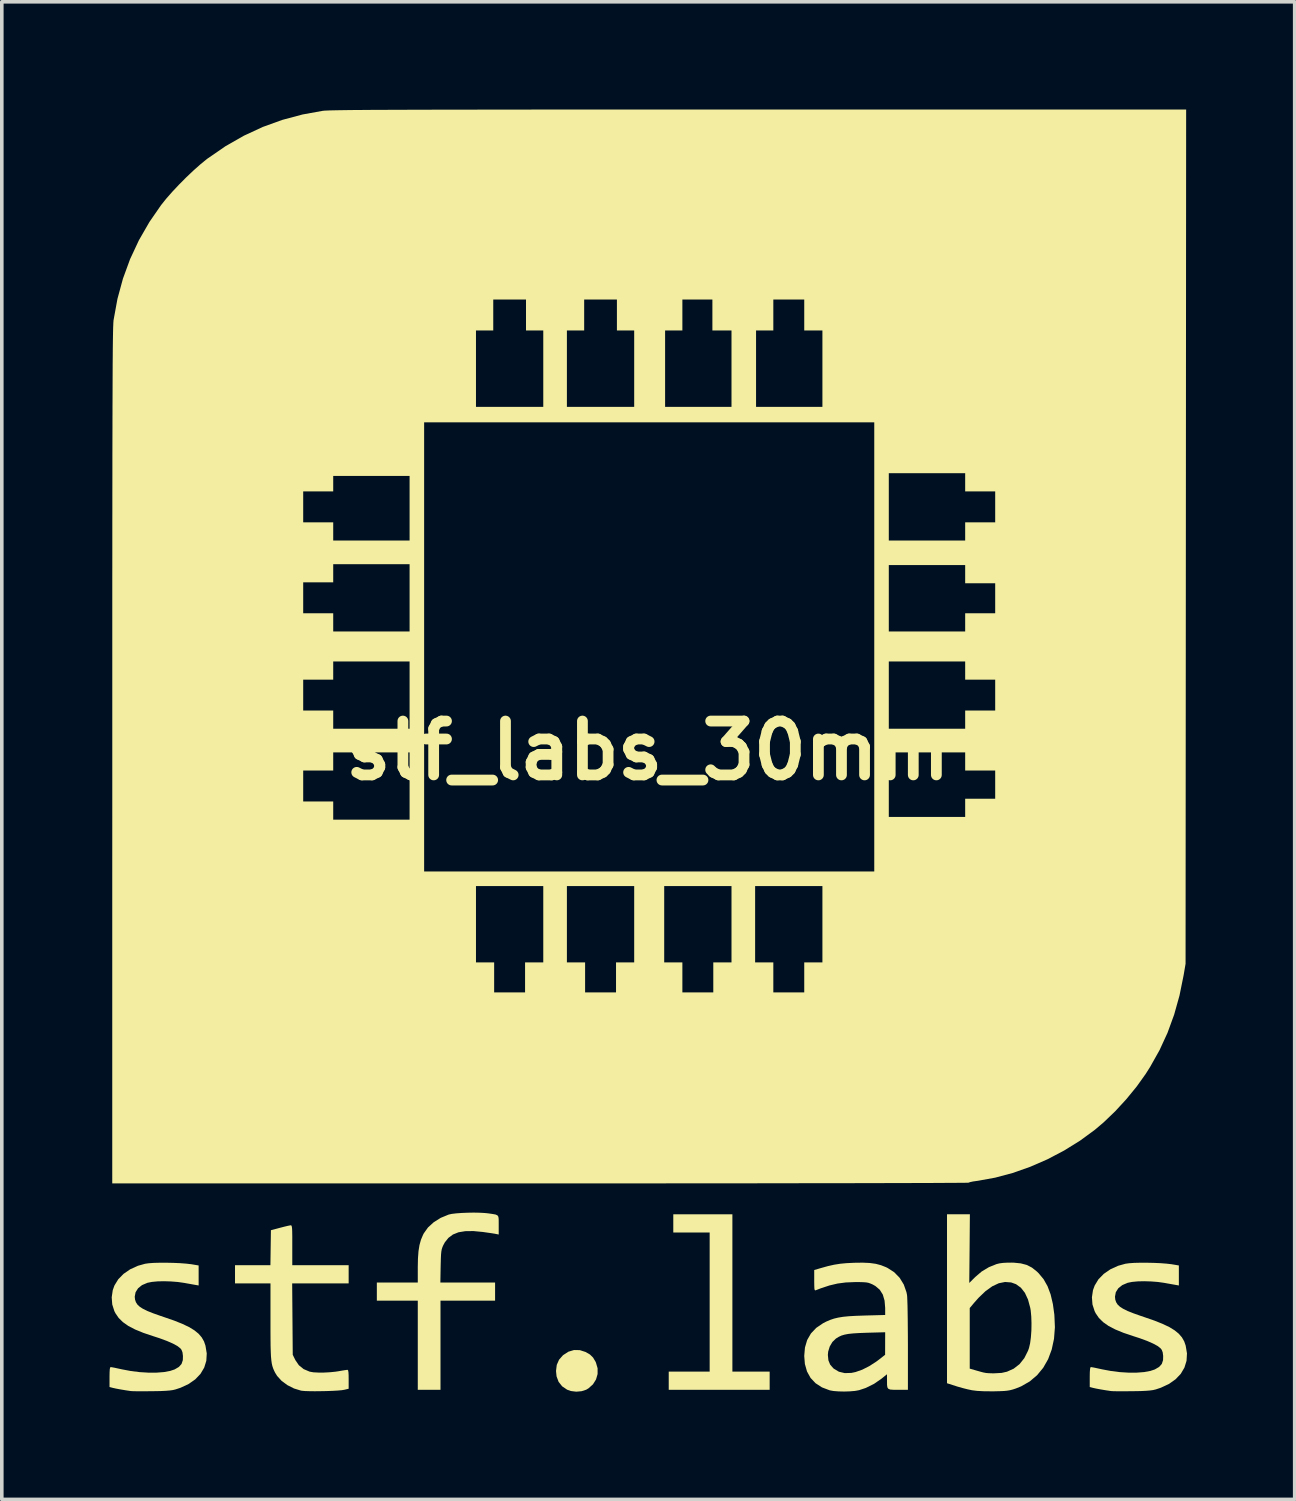
<source format=kicad_pcb>
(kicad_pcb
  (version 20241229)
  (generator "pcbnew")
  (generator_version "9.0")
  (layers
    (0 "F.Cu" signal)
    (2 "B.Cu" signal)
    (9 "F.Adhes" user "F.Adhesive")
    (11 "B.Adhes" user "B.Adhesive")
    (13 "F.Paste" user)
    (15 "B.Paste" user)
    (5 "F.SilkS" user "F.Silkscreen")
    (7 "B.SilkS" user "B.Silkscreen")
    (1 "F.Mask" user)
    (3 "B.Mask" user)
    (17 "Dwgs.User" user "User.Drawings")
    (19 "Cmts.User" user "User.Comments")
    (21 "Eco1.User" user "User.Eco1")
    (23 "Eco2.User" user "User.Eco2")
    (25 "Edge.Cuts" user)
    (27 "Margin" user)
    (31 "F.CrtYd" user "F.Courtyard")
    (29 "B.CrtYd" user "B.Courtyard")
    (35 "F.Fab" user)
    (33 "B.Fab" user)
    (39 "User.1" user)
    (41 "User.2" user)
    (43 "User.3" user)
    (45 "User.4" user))
  (footprint "stf_labs_30mm"
    (layer "F.Cu")
    (at 14.992 17.853)
    (property "Reference" "stf_labs_30mm" (at 0 0 0) (layer "F.SilkS") (effects (font (size 1.5 1.5) (thickness 0.3))))
    (attr board_only exclude_from_pos_files exclude_from_bom)
    (fp_poly (pts (xy 2.355 15.106) (xy 2.355 17.296) (xy 2.874 17.296) (xy 3.393 17.296) (xy 3.393 17.55) (xy 3.393 17.803) (xy 1.988 17.803) (xy 0.582 17.803) (xy 0.582 17.55) (xy 0.582 17.296) (xy 1.152 17.296) (xy 1.722 17.296) (xy 1.722 15.359) (xy 1.722 13.422) (xy 1.216 13.422) (xy 0.709 13.422) (xy 0.709 13.168) (xy 0.709 12.915) (xy 1.532 12.915) (xy 2.355 12.915)) (stroke (width 0) (type solid)) (fill yes) (layer "F.SilkS"))
    (fp_poly (pts (xy -1.894 16.698) (xy -1.735 16.749) (xy -1.613 16.819) (xy -1.525 16.905) (xy -1.455 17.023) (xy -1.446 17.043) (xy -1.399 17.203) (xy -1.399 17.363) (xy -1.443 17.515) (xy -1.528 17.65) (xy -1.651 17.761) (xy -1.718 17.801) (xy -1.846 17.842) (xy -1.994 17.855) (xy -2.142 17.837) (xy -2.247 17.8) (xy -2.386 17.706) (xy -2.485 17.581) (xy -2.542 17.428) (xy -2.557 17.278) (xy -2.536 17.108) (xy -2.472 16.964) (xy -2.363 16.84) (xy -2.359 16.837) (xy -2.213 16.742) (xy -2.056 16.695)) (stroke (width 0) (type solid)) (fill yes) (layer "F.SilkS"))
    (fp_poly (pts (xy -4.686 12.871) (xy -4.541 12.879) (xy -4.452 12.888) (xy -4.326 12.906) (xy -4.241 12.921) (xy -4.189 12.944) (xy -4.163 12.982) (xy -4.154 13.045) (xy -4.153 13.141) (xy -4.153 13.211) (xy -4.153 13.478) (xy -4.223 13.464) (xy -4.275 13.454) (xy -4.364 13.44) (xy -4.478 13.424) (xy -4.596 13.407) (xy -4.86 13.382) (xy -5.085 13.385) (xy -5.273 13.416) (xy -5.428 13.478) (xy -5.554 13.572) (xy -5.654 13.697) (xy -5.703 13.789) (xy -5.724 13.84) (xy -5.74 13.891) (xy -5.751 13.953) (xy -5.759 14.034) (xy -5.764 14.143) (xy -5.768 14.29) (xy -5.77 14.365) (xy -5.778 14.815) (xy -5.016 14.815) (xy -4.254 14.815) (xy -4.254 15.068) (xy -4.254 15.321) (xy -5.014 15.321) (xy -5.774 15.321) (xy -5.774 16.562) (xy -5.774 17.803) (xy -6.09 17.803) (xy -6.407 17.803) (xy -6.407 16.562) (xy -6.407 15.321) (xy -6.977 15.321) (xy -7.547 15.321) (xy -7.547 15.068) (xy -7.547 14.815) (xy -6.977 14.815) (xy -6.407 14.815) (xy -6.407 14.388) (xy -6.402 14.145) (xy -6.387 13.943) (xy -6.36 13.773) (xy -6.319 13.625) (xy -6.262 13.49) (xy -6.239 13.445) (xy -6.122 13.281) (xy -5.964 13.137) (xy -5.77 13.015) (xy -5.548 12.923) (xy -5.463 12.904) (xy -5.339 12.889) (xy -5.188 12.878) (xy -5.021 12.871) (xy -4.85 12.868)) (stroke (width 0) (type solid)) (fill yes) (layer "F.SilkS"))
    (fp_poly (pts (xy -9.932 13.224) (xy -9.921 13.237) (xy -9.913 13.268) (xy -9.907 13.322) (xy -9.904 13.405) (xy -9.902 13.523) (xy -9.902 13.683) (xy -9.902 13.776) (xy -9.902 14.333) (xy -9.117 14.333) (xy -8.332 14.333) (xy -8.332 14.587) (xy -8.332 14.84) (xy -9.118 14.84) (xy -9.905 14.84) (xy -9.897 15.834) (xy -9.889 16.828) (xy -9.816 16.976) (xy -9.719 17.118) (xy -9.586 17.226) (xy -9.419 17.297) (xy -9.409 17.299) (xy -9.311 17.316) (xy -9.176 17.323) (xy -9.02 17.323) (xy -8.855 17.314) (xy -8.696 17.298) (xy -8.61 17.285) (xy -8.509 17.267) (xy -8.425 17.254) (xy -8.372 17.247) (xy -8.363 17.246) (xy -8.348 17.261) (xy -8.338 17.31) (xy -8.333 17.398) (xy -8.332 17.51) (xy -8.332 17.773) (xy -8.452 17.802) (xy -8.526 17.814) (xy -8.64 17.824) (xy -8.783 17.832) (xy -8.944 17.838) (xy -9.112 17.841) (xy -9.276 17.843) (xy -9.426 17.841) (xy -9.55 17.837) (xy -9.638 17.829) (xy -9.658 17.826) (xy -9.854 17.766) (xy -10.038 17.673) (xy -10.198 17.555) (xy -10.324 17.417) (xy -10.381 17.325) (xy -10.411 17.263) (xy -10.436 17.204) (xy -10.457 17.14) (xy -10.473 17.069) (xy -10.485 16.983) (xy -10.495 16.878) (xy -10.501 16.748) (xy -10.506 16.589) (xy -10.508 16.395) (xy -10.509 16.161) (xy -10.509 15.886) (xy -10.509 14.84) (xy -11.003 14.84) (xy -11.497 14.84) (xy -11.497 14.587) (xy -11.497 14.333) (xy -11.004 14.333) (xy -10.511 14.333) (xy -10.504 13.846) (xy -10.497 13.358) (xy -10.244 13.291) (xy -10.133 13.262) (xy -10.037 13.239) (xy -9.97 13.225) (xy -9.946 13.221)) (stroke (width 0) (type solid)) (fill yes) (layer "F.SilkS"))
    (fp_poly (pts (xy 8.961 13.871) (xy 8.952 14.827) (xy 9.118 14.661) (xy 9.298 14.508) (xy 9.501 14.386) (xy 9.711 14.302) (xy 9.792 14.282) (xy 9.885 14.269) (xy 10.009 14.262) (xy 10.143 14.261) (xy 10.191 14.262) (xy 10.388 14.282) (xy 10.551 14.325) (xy 10.696 14.399) (xy 10.836 14.51) (xy 10.886 14.559) (xy 11.022 14.723) (xy 11.132 14.918) (xy 11.218 15.147) (xy 11.281 15.416) (xy 11.322 15.715) (xy 11.337 16.061) (xy 11.312 16.383) (xy 11.248 16.681) (xy 11.148 16.95) (xy 11.011 17.19) (xy 10.84 17.397) (xy 10.635 17.57) (xy 10.398 17.706) (xy 10.244 17.768) (xy 10.161 17.795) (xy 10.087 17.814) (xy 10.01 17.827) (xy 9.918 17.836) (xy 9.8 17.841) (xy 9.643 17.845) (xy 9.636 17.845) (xy 9.378 17.844) (xy 9.169 17.833) (xy 9.028 17.815) (xy 8.909 17.79) (xy 8.767 17.754) (xy 8.626 17.714) (xy 8.579 17.699) (xy 8.332 17.62) (xy 8.332 17.213) (xy 8.965 17.213) (xy 9.148 17.266) (xy 9.265 17.299) (xy 9.349 17.321) (xy 9.418 17.334) (xy 9.487 17.34) (xy 9.572 17.343) (xy 9.64 17.344) (xy 9.854 17.332) (xy 10.001 17.299) (xy 10.19 17.214) (xy 10.352 17.088) (xy 10.485 16.921) (xy 10.588 16.716) (xy 10.615 16.64) (xy 10.646 16.509) (xy 10.668 16.342) (xy 10.682 16.153) (xy 10.685 15.956) (xy 10.679 15.765) (xy 10.663 15.593) (xy 10.65 15.519) (xy 10.588 15.289) (xy 10.501 15.102) (xy 10.39 14.96) (xy 10.255 14.862) (xy 10.12 14.813) (xy 9.949 14.8) (xy 9.774 14.835) (xy 9.593 14.92) (xy 9.406 15.054) (xy 9.213 15.238) (xy 9.088 15.379) (xy 8.965 15.526) (xy 8.965 16.37) (xy 8.965 17.213) (xy 8.332 17.213) (xy 8.332 15.268) (xy 8.332 12.915) (xy 8.65 12.915) (xy 8.969 12.915)) (stroke (width 0) (type solid)) (fill yes) (layer "F.SilkS"))
    (fp_poly (pts (xy -13.211 14.268) (xy -13.026 14.276) (xy -12.858 14.289) (xy -12.717 14.305) (xy -12.694 14.309) (xy -12.51 14.34) (xy -12.51 14.618) (xy -12.51 14.897) (xy -12.592 14.883) (xy -12.654 14.872) (xy -12.749 14.855) (xy -12.861 14.835) (xy -12.915 14.825) (xy -13.092 14.8) (xy -13.282 14.785) (xy -13.475 14.779) (xy -13.655 14.783) (xy -13.812 14.798) (xy -13.933 14.822) (xy -13.936 14.823) (xy -14.087 14.887) (xy -14.197 14.976) (xy -14.266 15.085) (xy -14.29 15.21) (xy -14.281 15.291) (xy -14.257 15.363) (xy -14.216 15.428) (xy -14.152 15.488) (xy -14.061 15.547) (xy -13.937 15.608) (xy -13.776 15.672) (xy -13.573 15.744) (xy -13.47 15.779) (xy -13.195 15.874) (xy -12.967 15.965) (xy -12.78 16.054) (xy -12.63 16.145) (xy -12.513 16.24) (xy -12.425 16.342) (xy -12.361 16.454) (xy -12.32 16.572) (xy -12.284 16.789) (xy -12.296 16.995) (xy -12.355 17.185) (xy -12.458 17.358) (xy -12.603 17.511) (xy -12.789 17.641) (xy -13.014 17.746) (xy -13.157 17.793) (xy -13.228 17.81) (xy -13.316 17.822) (xy -13.429 17.831) (xy -13.574 17.838) (xy -13.76 17.841) (xy -13.814 17.842) (xy -13.974 17.843) (xy -14.122 17.844) (xy -14.247 17.843) (xy -14.34 17.841) (xy -14.394 17.838) (xy -14.397 17.838) (xy -14.545 17.816) (xy -14.689 17.792) (xy -14.811 17.769) (xy -14.897 17.75) (xy -14.992 17.725) (xy -14.992 17.447) (xy -14.99 17.317) (xy -14.985 17.231) (xy -14.975 17.184) (xy -14.96 17.17) (xy -14.924 17.175) (xy -14.849 17.189) (xy -14.748 17.211) (xy -14.646 17.233) (xy -14.403 17.279) (xy -14.155 17.31) (xy -13.913 17.325) (xy -13.684 17.325) (xy -13.478 17.309) (xy -13.304 17.277) (xy -13.18 17.236) (xy -13.06 17.166) (xy -12.986 17.082) (xy -12.95 16.976) (xy -12.947 16.86) (xy -12.96 16.759) (xy -12.987 16.689) (xy -13.018 16.649) (xy -13.099 16.585) (xy -13.225 16.516) (xy -13.394 16.442) (xy -13.6 16.366) (xy -13.776 16.309) (xy -14.052 16.216) (xy -14.281 16.122) (xy -14.469 16.024) (xy -14.619 15.918) (xy -14.737 15.802) (xy -14.826 15.672) (xy -14.857 15.612) (xy -14.916 15.426) (xy -14.931 15.227) (xy -14.902 15.029) (xy -14.855 14.898) (xy -14.749 14.725) (xy -14.601 14.574) (xy -14.417 14.447) (xy -14.202 14.349) (xy -13.998 14.292) (xy -13.896 14.278) (xy -13.756 14.268) (xy -13.587 14.264) (xy -13.402 14.264)) (stroke (width 0) (type solid)) (fill yes) (layer "F.SilkS"))
    (fp_poly (pts (xy 14.088 14.268) (xy 14.273 14.276) (xy 14.442 14.289) (xy 14.582 14.305) (xy 14.606 14.309) (xy 14.789 14.34) (xy 14.789 14.618) (xy 14.789 14.897) (xy 14.707 14.883) (xy 14.646 14.872) (xy 14.551 14.855) (xy 14.438 14.835) (xy 14.384 14.825) (xy 14.208 14.8) (xy 14.017 14.785) (xy 13.825 14.779) (xy 13.644 14.783) (xy 13.487 14.798) (xy 13.367 14.822) (xy 13.363 14.823) (xy 13.213 14.887) (xy 13.102 14.976) (xy 13.033 15.085) (xy 13.01 15.21) (xy 13.018 15.291) (xy 13.042 15.363) (xy 13.083 15.428) (xy 13.147 15.488) (xy 13.238 15.547) (xy 13.362 15.608) (xy 13.523 15.672) (xy 13.726 15.744) (xy 13.829 15.779) (xy 14.104 15.874) (xy 14.332 15.965) (xy 14.52 16.054) (xy 14.669 16.145) (xy 14.786 16.24) (xy 14.874 16.342) (xy 14.938 16.454) (xy 14.979 16.572) (xy 15.015 16.789) (xy 15.003 16.995) (xy 14.944 17.185) (xy 14.842 17.358) (xy 14.696 17.511) (xy 14.51 17.641) (xy 14.285 17.746) (xy 14.143 17.793) (xy 14.071 17.81) (xy 13.983 17.822) (xy 13.87 17.831) (xy 13.725 17.838) (xy 13.54 17.841) (xy 13.485 17.842) (xy 13.325 17.843) (xy 13.178 17.844) (xy 13.053 17.843) (xy 12.959 17.841) (xy 12.906 17.838) (xy 12.903 17.838) (xy 12.754 17.816) (xy 12.611 17.792) (xy 12.488 17.769) (xy 12.402 17.75) (xy 12.307 17.725) (xy 12.307 17.447) (xy 12.309 17.317) (xy 12.315 17.231) (xy 12.324 17.184) (xy 12.339 17.17) (xy 12.376 17.175) (xy 12.45 17.189) (xy 12.551 17.211) (xy 12.653 17.233) (xy 12.897 17.279) (xy 13.144 17.31) (xy 13.386 17.325) (xy 13.615 17.325) (xy 13.821 17.309) (xy 13.996 17.277) (xy 14.119 17.236) (xy 14.239 17.166) (xy 14.314 17.082) (xy 14.349 16.976) (xy 14.352 16.86) (xy 14.339 16.759) (xy 14.312 16.689) (xy 14.281 16.649) (xy 14.201 16.585) (xy 14.074 16.516) (xy 13.906 16.442) (xy 13.699 16.366) (xy 13.523 16.309) (xy 13.247 16.216) (xy 13.018 16.122) (xy 12.83 16.024) (xy 12.68 15.918) (xy 12.562 15.802) (xy 12.473 15.672) (xy 12.443 15.612) (xy 12.383 15.426) (xy 12.368 15.227) (xy 12.397 15.029) (xy 12.445 14.898) (xy 12.55 14.725) (xy 12.698 14.574) (xy 12.882 14.447) (xy 13.097 14.349) (xy 13.302 14.292) (xy 13.403 14.278) (xy 13.544 14.268) (xy 13.712 14.264) (xy 13.897 14.264)) (stroke (width 0) (type solid)) (fill yes) (layer "F.SilkS"))
    (fp_poly (pts (xy 6.181 14.271) (xy 6.347 14.294) (xy 6.495 14.333) (xy 6.635 14.389) (xy 6.678 14.41) (xy 6.862 14.529) (xy 7.013 14.684) (xy 7.128 14.871) (xy 7.202 15.082) (xy 7.218 15.159) (xy 7.223 15.214) (xy 7.227 15.314) (xy 7.232 15.454) (xy 7.235 15.627) (xy 7.238 15.828) (xy 7.24 16.052) (xy 7.242 16.292) (xy 7.243 16.544) (xy 7.243 16.556) (xy 7.243 17.803) (xy 6.967 17.803) (xy 6.838 17.802) (xy 6.752 17.796) (xy 6.7 17.776) (xy 6.672 17.736) (xy 6.662 17.667) (xy 6.661 17.562) (xy 6.661 17.529) (xy 6.66 17.37) (xy 6.508 17.493) (xy 6.298 17.638) (xy 6.07 17.751) (xy 5.884 17.813) (xy 5.77 17.834) (xy 5.625 17.846) (xy 5.466 17.851) (xy 5.308 17.847) (xy 5.169 17.836) (xy 5.065 17.817) (xy 4.849 17.735) (xy 4.671 17.619) (xy 4.532 17.472) (xy 4.433 17.293) (xy 4.374 17.084) (xy 4.356 16.863) (xy 4.358 16.834) (xy 5.014 16.834) (xy 5.029 16.983) (xy 5.078 17.102) (xy 5.166 17.203) (xy 5.181 17.215) (xy 5.321 17.299) (xy 5.485 17.338) (xy 5.671 17.332) (xy 5.785 17.308) (xy 5.97 17.243) (xy 6.168 17.143) (xy 6.366 17.015) (xy 6.438 16.961) (xy 6.608 16.828) (xy 6.609 16.514) (xy 6.61 16.2) (xy 6.097 16.214) (xy 5.887 16.222) (xy 5.72 16.232) (xy 5.587 16.246) (xy 5.481 16.266) (xy 5.393 16.292) (xy 5.316 16.328) (xy 5.241 16.374) (xy 5.237 16.377) (xy 5.14 16.471) (xy 5.066 16.597) (xy 5.022 16.741) (xy 5.014 16.834) (xy 4.358 16.834) (xy 4.376 16.625) (xy 4.438 16.415) (xy 4.543 16.233) (xy 4.69 16.078) (xy 4.881 15.948) (xy 4.967 15.904) (xy 5.076 15.857) (xy 5.185 15.82) (xy 5.302 15.792) (xy 5.436 15.77) (xy 5.596 15.754) (xy 5.788 15.743) (xy 6.022 15.735) (xy 6.046 15.734) (xy 6.61 15.719) (xy 6.61 15.523) (xy 6.593 15.319) (xy 6.544 15.151) (xy 6.459 15.016) (xy 6.338 14.913) (xy 6.258 14.868) (xy 6.197 14.842) (xy 6.143 14.823) (xy 6.083 14.812) (xy 6.005 14.806) (xy 5.9 14.803) (xy 5.761 14.803) (xy 5.514 14.813) (xy 5.285 14.843) (xy 5.057 14.897) (xy 4.815 14.977) (xy 4.679 15.03) (xy 4.66 15.034) (xy 4.647 15.022) (xy 4.639 14.986) (xy 4.636 14.918) (xy 4.634 14.81) (xy 4.634 14.758) (xy 4.634 14.467) (xy 4.818 14.413) (xy 5.015 14.358) (xy 5.189 14.319) (xy 5.358 14.292) (xy 5.54 14.275) (xy 5.753 14.265) (xy 5.986 14.262)) (stroke (width 0) (type solid)) (fill yes) (layer "F.SilkS"))
    (fp_poly (pts (xy 14.984 -5.957) (xy 14.976 5.938) (xy 14.922 6.255) (xy 14.807 6.822) (xy 14.658 7.354) (xy 14.474 7.859) (xy 14.252 8.342) (xy 13.989 8.81) (xy 13.867 9.003) (xy 13.616 9.355) (xy 13.329 9.706) (xy 13.018 10.044) (xy 12.695 10.354) (xy 12.447 10.564) (xy 12.036 10.865) (xy 11.594 11.139) (xy 11.13 11.383) (xy 10.65 11.592) (xy 10.162 11.764) (xy 9.676 11.894) (xy 9.197 11.981) (xy 9.161 11.986) (xy 9.062 12) (xy 8.986 12.016) (xy 8.944 12.029) (xy 8.939 12.034) (xy 8.914 12.035) (xy 8.84 12.037) (xy 8.718 12.038) (xy 8.551 12.039) (xy 8.339 12.04) (xy 8.084 12.042) (xy 7.788 12.043) (xy 7.452 12.044) (xy 7.078 12.045) (xy 6.667 12.046) (xy 6.222 12.047) (xy 5.743 12.048) (xy 5.232 12.049) (xy 4.69 12.049) (xy 4.12 12.05) (xy 3.523 12.051) (xy 2.9 12.052) (xy 2.253 12.052) (xy 1.583 12.053) (xy 0.893 12.053) (xy 0.183 12.054) (xy -0.545 12.054) (xy -1.289 12.054) (xy -2.048 12.054) (xy -2.82 12.054) (xy -2.988 12.054) (xy -14.916 12.054) (xy -14.916 3.773) (xy -4.786 3.773) (xy -4.786 4.837) (xy -4.786 5.9) (xy -4.533 5.9) (xy -4.28 5.9) (xy -4.28 6.318) (xy -4.28 6.736) (xy -3.849 6.736) (xy -3.419 6.736) (xy -3.419 6.318) (xy -3.419 5.9) (xy -3.166 5.9) (xy -2.912 5.9) (xy -2.912 4.837) (xy -2.912 3.773) (xy -2.254 3.773) (xy -2.254 4.837) (xy -2.254 5.9) (xy -2.001 5.9) (xy -1.747 5.9) (xy -1.747 6.318) (xy -1.747 6.736) (xy -1.317 6.736) (xy -0.886 6.736) (xy -0.886 6.318) (xy -0.886 5.9) (xy -0.633 5.9) (xy -0.38 5.9) (xy -0.38 4.837) (xy -0.38 3.773) (xy 0.456 3.773) (xy 0.456 4.837) (xy 0.456 5.9) (xy 0.709 5.9) (xy 0.962 5.9) (xy 0.962 6.318) (xy 0.962 6.736) (xy 1.393 6.736) (xy 1.823 6.736) (xy 1.823 6.318) (xy 1.823 5.9) (xy 2.077 5.9) (xy 2.33 5.9) (xy 2.33 4.837) (xy 2.33 3.773) (xy 2.988 3.773) (xy 2.988 4.837) (xy 2.988 5.9) (xy 3.241 5.9) (xy 3.495 5.9) (xy 3.495 6.318) (xy 3.495 6.736) (xy 3.925 6.736) (xy 4.356 6.736) (xy 4.356 6.318) (xy 4.356 5.9) (xy 4.609 5.9) (xy 4.862 5.9) (xy 4.862 4.837) (xy 4.862 3.773) (xy 3.925 3.773) (xy 2.988 3.773) (xy 2.33 3.773) (xy 1.393 3.773) (xy 0.456 3.773) (xy -0.38 3.773) (xy -1.317 3.773) (xy -2.254 3.773) (xy -2.912 3.773) (xy -3.849 3.773) (xy -4.786 3.773) (xy -14.916 3.773) (xy -14.915 1.418) (xy -9.598 1.418) (xy -9.18 1.418) (xy -8.762 1.418) (xy -8.762 1.671) (xy -8.762 1.925) (xy -7.699 1.925) (xy -6.635 1.925) (xy -6.635 0.988) (xy -6.635 0.051) (xy -7.699 0.051) (xy -8.762 0.051) (xy -8.762 0.304) (xy -8.762 0.557) (xy -9.18 0.557) (xy -9.598 0.557) (xy -9.598 0.988) (xy -9.598 1.418) (xy -14.915 1.418) (xy -14.915 0.158) (xy -14.915 -0.782) (xy -14.915 -1.114) (xy -9.598 -1.114) (xy -9.18 -1.114) (xy -8.762 -1.114) (xy -8.762 -0.861) (xy -8.762 -0.608) (xy -7.699 -0.608) (xy -6.635 -0.608) (xy -6.635 -1.545) (xy -6.635 -2.482) (xy -7.699 -2.482) (xy -8.762 -2.482) (xy -8.762 -2.229) (xy -8.762 -1.975) (xy -9.18 -1.975) (xy -9.598 -1.975) (xy -9.598 -1.545) (xy -9.598 -1.114) (xy -14.915 -1.114) (xy -14.915 -1.674) (xy -14.915 -2.517) (xy -14.915 -3.313) (xy -14.915 -3.824) (xy -9.598 -3.824) (xy -9.18 -3.824) (xy -8.762 -3.824) (xy -8.762 -3.571) (xy -8.762 -3.317) (xy -7.699 -3.317) (xy -6.635 -3.317) (xy -6.635 -4.254) (xy -6.635 -5.191) (xy -7.699 -5.191) (xy -8.762 -5.191) (xy -8.762 -4.938) (xy -8.762 -4.685) (xy -9.18 -4.685) (xy -9.598 -4.685) (xy -9.598 -4.254) (xy -9.598 -3.824) (xy -14.915 -3.824) (xy -14.915 -4.064) (xy -14.915 -4.772) (xy -14.914 -5.436) (xy -14.914 -6.059) (xy -14.914 -6.356) (xy -9.598 -6.356) (xy -9.18 -6.356) (xy -8.762 -6.356) (xy -8.762 -6.103) (xy -8.762 -5.85) (xy -7.699 -5.85) (xy -6.635 -5.85) (xy -6.635 -6.749) (xy -6.635 -7.648) (xy -7.699 -7.648) (xy -8.762 -7.648) (xy -8.762 -7.433) (xy -8.762 -7.217) (xy -9.18 -7.217) (xy -9.598 -7.217) (xy -9.598 -6.787) (xy -9.598 -6.356) (xy -14.914 -6.356) (xy -14.913 -6.642) (xy -14.913 -7.186) (xy -14.912 -7.692) (xy -14.912 -8.162) (xy -14.911 -8.598) (xy -14.91 -9) (xy -14.91 -9.142) (xy -6.23 -9.142) (xy -6.23 -2.887) (xy -6.23 3.368) (xy 0.038 3.368) (xy 6.306 3.368) (xy 6.306 0.051) (xy 6.711 0.051) (xy 6.711 0.95) (xy 6.711 1.849) (xy 7.774 1.849) (xy 8.838 1.849) (xy 8.838 1.595) (xy 8.838 1.342) (xy 9.256 1.342) (xy 9.674 1.342) (xy 9.674 0.95) (xy 9.674 0.557) (xy 9.256 0.557) (xy 8.838 0.557) (xy 8.838 0.304) (xy 8.838 0.051) (xy 7.774 0.051) (xy 6.711 0.051) (xy 6.306 0.051) (xy 6.306 -2.482) (xy 6.711 -2.482) (xy 6.711 -1.545) (xy 6.711 -0.608) (xy 7.774 -0.608) (xy 8.838 -0.608) (xy 8.838 -0.861) (xy 8.838 -1.114) (xy 9.256 -1.114) (xy 9.674 -1.114) (xy 9.674 -1.545) (xy 9.674 -1.975) (xy 9.256 -1.975) (xy 8.838 -1.975) (xy 8.838 -2.229) (xy 8.838 -2.482) (xy 7.774 -2.482) (xy 6.711 -2.482) (xy 6.306 -2.482) (xy 6.306 -2.887) (xy 6.306 -5.166) (xy 6.711 -5.166) (xy 6.711 -4.242) (xy 6.711 -3.317) (xy 7.774 -3.317) (xy 8.838 -3.317) (xy 8.838 -3.571) (xy 8.838 -3.824) (xy 9.256 -3.824) (xy 9.674 -3.824) (xy 9.674 -4.242) (xy 9.674 -4.66) (xy 9.256 -4.66) (xy 8.838 -4.66) (xy 8.838 -4.913) (xy 8.838 -5.166) (xy 7.774 -5.166) (xy 6.711 -5.166) (xy 6.306 -5.166) (xy 6.306 -7.724) (xy 6.711 -7.724) (xy 6.711 -6.787) (xy 6.711 -5.85) (xy 7.774 -5.85) (xy 8.838 -5.85) (xy 8.838 -6.103) (xy 8.838 -6.356) (xy 9.256 -6.356) (xy 9.674 -6.356) (xy 9.674 -6.787) (xy 9.674 -7.217) (xy 9.256 -7.217) (xy 8.838 -7.217) (xy 8.838 -7.471) (xy 8.838 -7.724) (xy 7.774 -7.724) (xy 6.711 -7.724) (xy 6.306 -7.724) (xy 6.306 -9.142) (xy 0.038 -9.142) (xy -6.23 -9.142) (xy -14.91 -9.142) (xy -14.909 -9.369) (xy -14.909 -9.572) (xy -4.786 -9.572) (xy -3.849 -9.572) (xy -2.912 -9.572) (xy -2.254 -9.572) (xy -1.317 -9.572) (xy -0.38 -9.572) (xy 0.481 -9.572) (xy 1.405 -9.572) (xy 2.33 -9.572) (xy 3.014 -9.572) (xy 3.938 -9.572) (xy 4.862 -9.572) (xy 4.862 -10.636) (xy 4.862 -11.7) (xy 4.609 -11.7) (xy 4.356 -11.7) (xy 4.356 -12.13) (xy 4.356 -12.561) (xy 3.925 -12.561) (xy 3.495 -12.561) (xy 3.495 -12.13) (xy 3.495 -11.7) (xy 3.254 -11.7) (xy 3.014 -11.7) (xy 3.014 -10.636) (xy 3.014 -9.572) (xy 2.33 -9.572) (xy 2.33 -10.636) (xy 2.33 -11.7) (xy 2.064 -11.7) (xy 1.798 -11.7) (xy 1.798 -12.13) (xy 1.798 -12.561) (xy 1.38 -12.561) (xy 0.962 -12.561) (xy 0.962 -12.13) (xy 0.962 -11.7) (xy 0.722 -11.7) (xy 0.481 -11.7) (xy 0.481 -10.636) (xy 0.481 -9.572) (xy -0.38 -9.572) (xy -0.38 -10.636) (xy -0.38 -11.7) (xy -0.62 -11.7) (xy -0.861 -11.7) (xy -0.861 -12.13) (xy -0.861 -12.561) (xy -1.317 -12.561) (xy -1.773 -12.561) (xy -1.773 -12.13) (xy -1.773 -11.7) (xy -2.013 -11.7) (xy -2.254 -11.7) (xy -2.254 -10.636) (xy -2.254 -9.572) (xy -2.912 -9.572) (xy -2.912 -10.636) (xy -2.912 -11.7) (xy -3.153 -11.7) (xy -3.393 -11.7) (xy -3.393 -12.13) (xy -3.393 -12.561) (xy -3.849 -12.561) (xy -4.305 -12.561) (xy -4.305 -12.13) (xy -4.305 -11.7) (xy -4.546 -11.7) (xy -4.786 -11.7) (xy -4.786 -10.636) (xy -4.786 -9.572) (xy -14.909 -9.572) (xy -14.908 -9.708) (xy -14.907 -10.017) (xy -14.906 -10.298) (xy -14.905 -10.552) (xy -14.904 -10.781) (xy -14.902 -10.985) (xy -14.901 -11.166) (xy -14.899 -11.325) (xy -14.897 -11.464) (xy -14.895 -11.584) (xy -14.893 -11.686) (xy -14.891 -11.771) (xy -14.888 -11.842) (xy -14.886 -11.899) (xy -14.883 -11.943) (xy -14.881 -11.976) (xy -14.878 -11.994) (xy -14.771 -12.58) (xy -14.618 -13.143) (xy -14.419 -13.687) (xy -14.173 -14.213) (xy -13.88 -14.722) (xy -13.555 -15.192) (xy -13.416 -15.366) (xy -13.246 -15.56) (xy -13.055 -15.763) (xy -12.852 -15.967) (xy -12.648 -16.16) (xy -12.453 -16.333) (xy -12.276 -16.477) (xy -12.255 -16.492) (xy -11.761 -16.832) (xy -11.251 -17.123) (xy -10.725 -17.367) (xy -10.18 -17.564) (xy -9.615 -17.715) (xy -9.057 -17.816) (xy -9.031 -17.819) (xy -8.996 -17.822) (xy -8.949 -17.824) (xy -8.889 -17.827) (xy -8.815 -17.829) (xy -8.725 -17.831) (xy -8.619 -17.833) (xy -8.495 -17.835) (xy -8.351 -17.837) (xy -8.187 -17.839) (xy -8 -17.84) (xy -7.79 -17.842) (xy -7.556 -17.843) (xy -7.296 -17.844) (xy -7.008 -17.845) (xy -6.692 -17.846) (xy -6.346 -17.847) (xy -5.969 -17.848) (xy -5.559 -17.849) (xy -5.115 -17.849) (xy -4.636 -17.85) (xy -4.121 -17.851) (xy -3.568 -17.851) (xy -2.975 -17.852) (xy -2.343 -17.852) (xy -1.668 -17.852) (xy -0.951 -17.852) (xy -0.189 -17.853) (xy 0.619 -17.853) (xy 1.473 -17.853) (xy 2.376 -17.853) (xy 3.096 -17.853) (xy 14.992 -17.853)) (stroke (width 0) (type solid)) (fill yes) (layer "F.SilkS")))
  (gr_rect
    (start -3 -3)
    (end 33.007 38.708)
    (stroke (width 0.1) (type default))
    (fill no)
    (layer "Edge.Cuts")))
</source>
